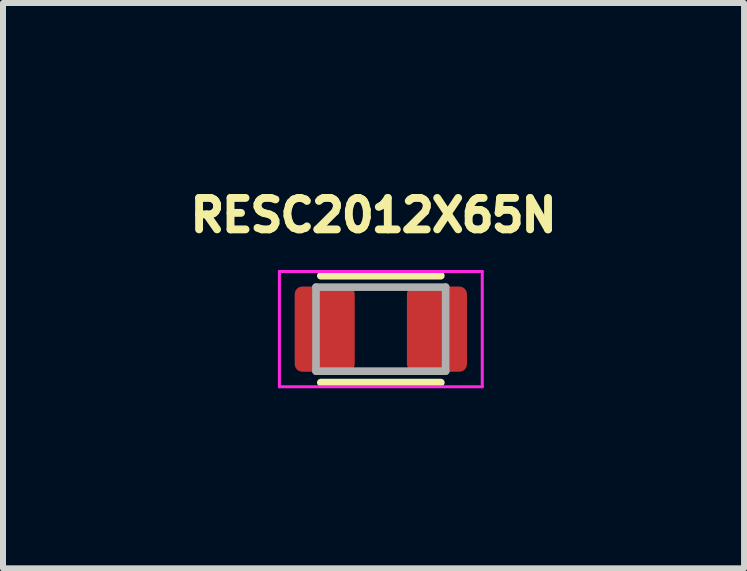
<source format=kicad_pcb>
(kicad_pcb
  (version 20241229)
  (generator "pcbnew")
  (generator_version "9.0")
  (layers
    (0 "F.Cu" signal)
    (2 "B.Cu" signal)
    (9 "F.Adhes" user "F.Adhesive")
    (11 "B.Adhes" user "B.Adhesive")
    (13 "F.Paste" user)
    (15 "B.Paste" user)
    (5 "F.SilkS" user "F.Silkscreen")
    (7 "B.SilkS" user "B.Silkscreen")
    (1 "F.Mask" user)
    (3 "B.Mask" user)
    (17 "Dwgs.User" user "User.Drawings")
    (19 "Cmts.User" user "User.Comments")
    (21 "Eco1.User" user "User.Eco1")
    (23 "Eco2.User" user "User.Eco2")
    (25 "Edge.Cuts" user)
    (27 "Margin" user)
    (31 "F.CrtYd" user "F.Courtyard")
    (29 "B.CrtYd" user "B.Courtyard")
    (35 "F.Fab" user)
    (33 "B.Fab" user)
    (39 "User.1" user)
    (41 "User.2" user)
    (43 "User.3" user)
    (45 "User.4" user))
  (footprint "RESC2012X65N"
    (layer "F.Cu")
    (at 3.295 2.434)
    (property "Reference" "RESC2012X65N" (at -0.121 -1.898 0) (layer "F.SilkS") (effects (font (size 0.524 0.524) (thickness 0.15))))
    (attr smd)
    (fp_line (start -1 -0.89) (end 1 -0.89) (stroke (width 0.127) (type solid)) (layer "F.SilkS"))
    (fp_line (start -1 0.89) (end 1 0.89) (stroke (width 0.127) (type solid)) (layer "F.SilkS"))
    (fp_line (start -1.69 -0.96) (end 1.69 -0.96) (stroke (width 0.05) (type solid)) (layer "F.CrtYd"))
    (fp_line (start -1.69 0.96) (end -1.69 -0.96) (stroke (width 0.05) (type solid)) (layer "F.CrtYd"))
    (fp_line (start 1.69 -0.96) (end 1.69 0.96) (stroke (width 0.05) (type solid)) (layer "F.CrtYd"))
    (fp_line (start 1.69 0.96) (end -1.69 0.96) (stroke (width 0.05) (type solid)) (layer "F.CrtYd"))
    (fp_line (start -1.08 -0.7) (end -1.08 0.7) (stroke (width 0.127) (type solid)) (layer "F.Fab"))
    (fp_line (start -1.08 -0.7) (end 1.08 -0.7) (stroke (width 0.127) (type solid)) (layer "F.Fab"))
    (fp_line (start -1.08 0.7) (end 1.08 0.7) (stroke (width 0.127) (type solid)) (layer "F.Fab"))
    (fp_line (start 1.08 -0.7) (end 1.08 0.7) (stroke (width 0.127) (type solid)) (layer "F.Fab"))
    (pad "1" smd roundrect (at -0.935 0) (size 1 1.42) (layers "F.Cu" "F.Mask" "F.Paste") (roundrect_rratio 0.125))
    (pad "2" smd roundrect (at 0.935 0) (size 1 1.42) (layers "F.Cu" "F.Mask" "F.Paste") (roundrect_rratio 0.125)))
  (gr_rect
    (start -3 -3)
    (end 9.347 6.419)
    (stroke (width 0.1) (type default))
    (fill no)
    (layer "Edge.Cuts")))
</source>
